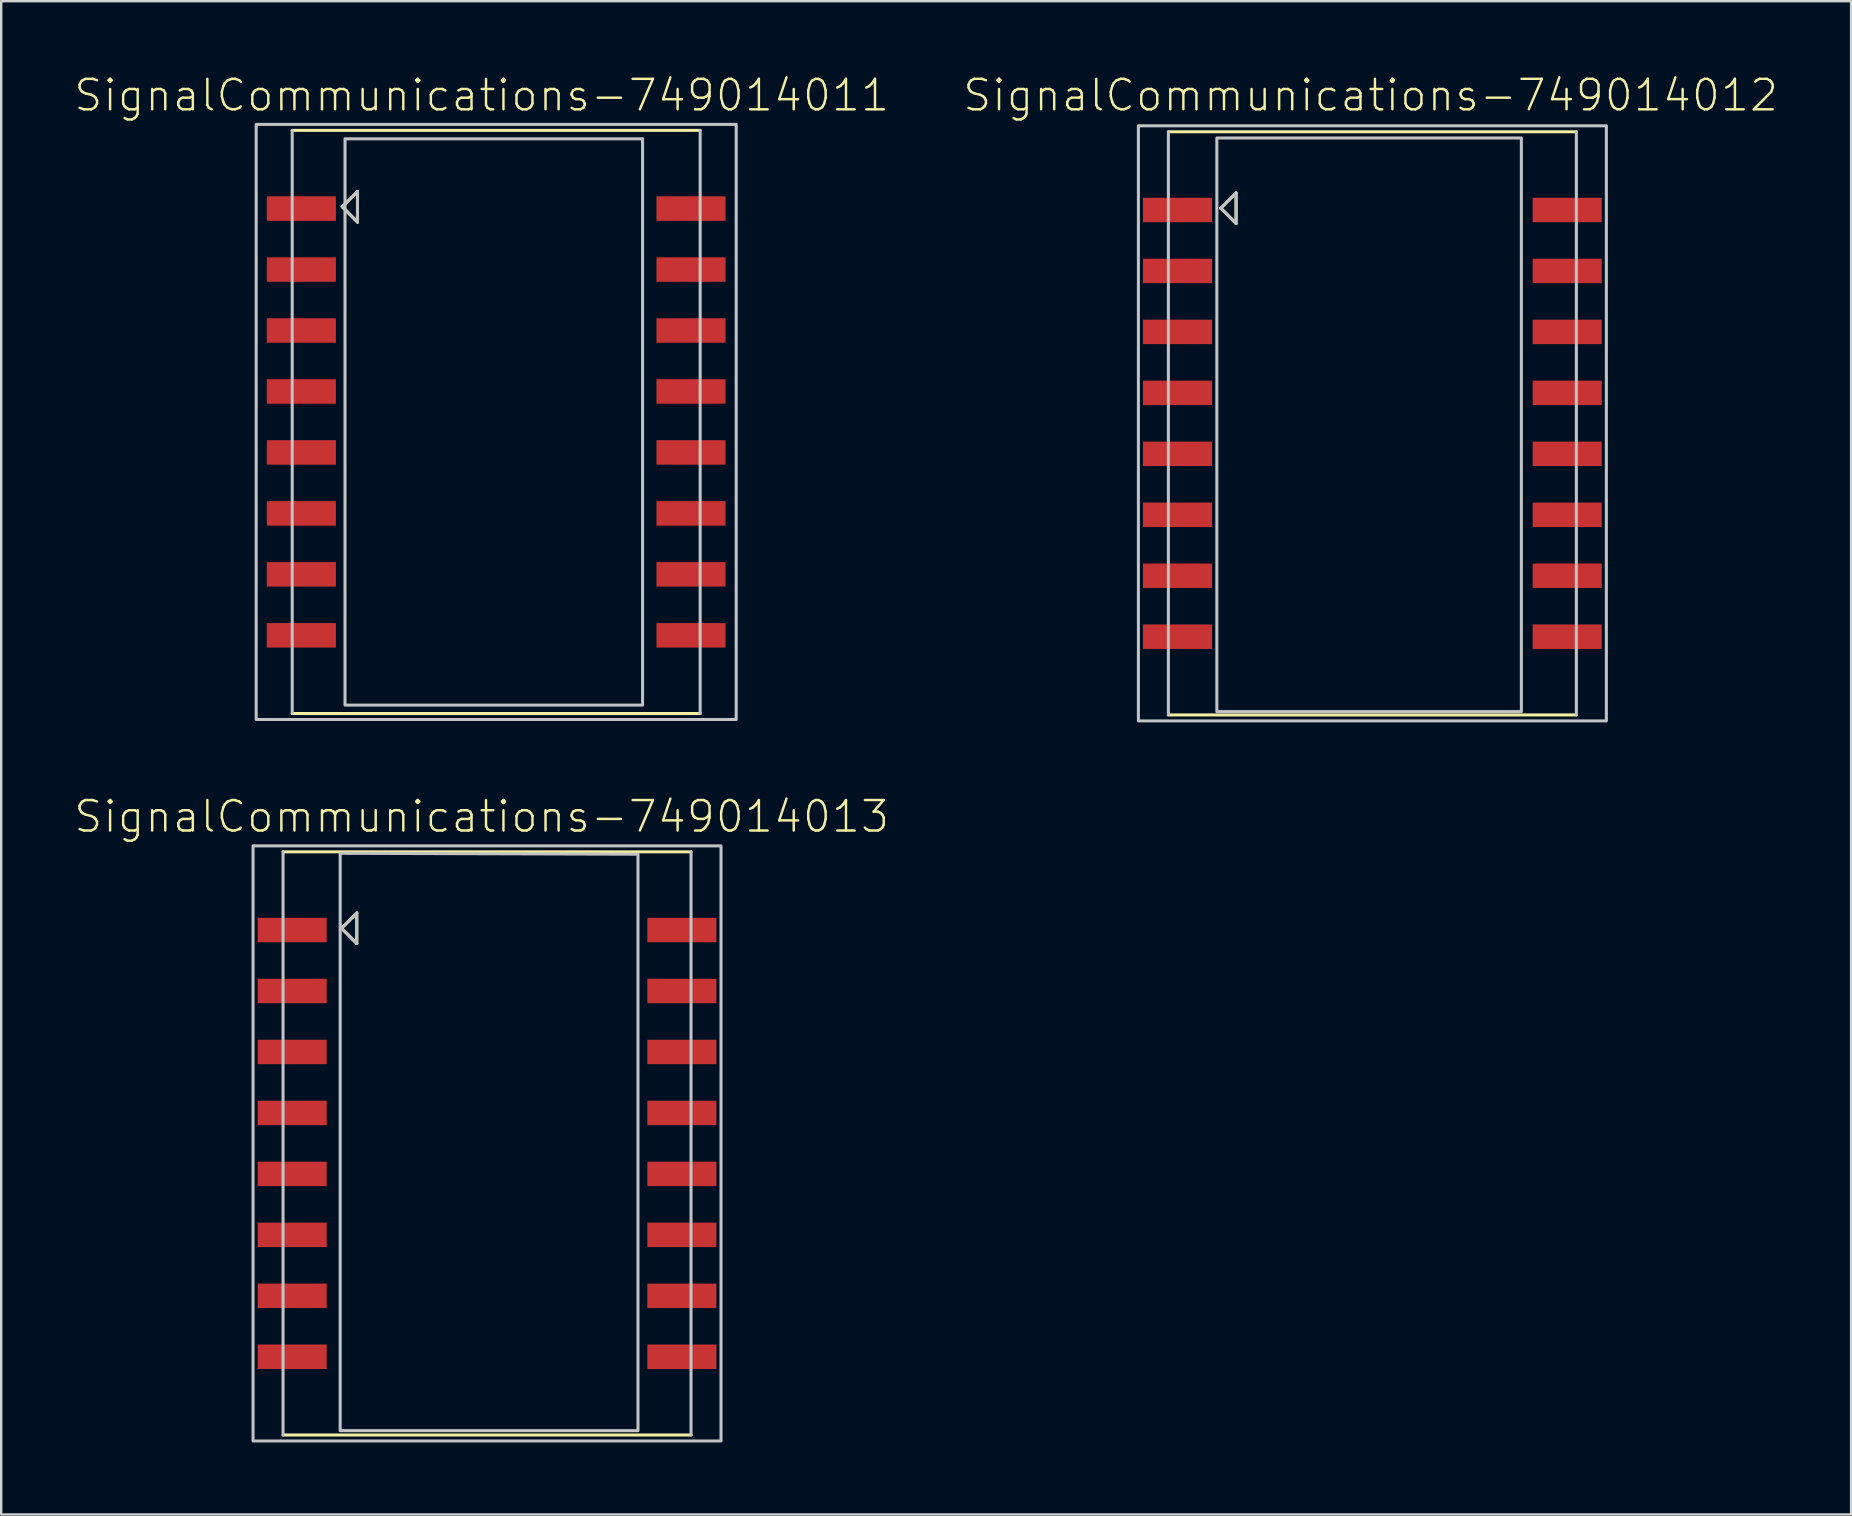
<source format=kicad_pcb>
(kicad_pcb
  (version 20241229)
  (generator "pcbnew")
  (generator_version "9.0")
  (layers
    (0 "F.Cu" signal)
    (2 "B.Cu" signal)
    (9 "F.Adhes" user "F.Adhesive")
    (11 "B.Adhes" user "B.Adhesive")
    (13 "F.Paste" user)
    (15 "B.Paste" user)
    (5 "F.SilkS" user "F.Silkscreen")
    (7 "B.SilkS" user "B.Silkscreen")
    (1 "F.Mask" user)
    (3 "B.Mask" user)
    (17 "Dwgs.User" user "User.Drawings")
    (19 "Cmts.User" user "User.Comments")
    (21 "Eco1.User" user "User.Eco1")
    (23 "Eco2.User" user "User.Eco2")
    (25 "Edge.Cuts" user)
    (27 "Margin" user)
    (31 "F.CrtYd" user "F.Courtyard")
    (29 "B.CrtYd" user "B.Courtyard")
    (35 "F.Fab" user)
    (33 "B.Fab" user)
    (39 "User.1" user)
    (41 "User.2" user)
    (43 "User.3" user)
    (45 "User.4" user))
  (footprint "SignalCommunications-749014011"
    (layer "F.Cu")
    (at 17.624 14.531)
    (property "Reference" "SignalCommunications-749014011" (at -0.605 -13.609 0) (layer "F.SilkS") (effects (font (size 1.27 1.27) (thickness 0.102))))
    (attr smd)
    (fp_line (start -8.499 12.149) (end 8.499 12.149) (stroke (width 0.127) (type solid)) (layer "F.SilkS"))
    (fp_line (start -6.413 -8.964) (end -5.779 -8.329) (stroke (width 0.127) (type solid)) (layer "F.SilkS"))
    (fp_line (start -5.779 -9.599) (end -6.413 -8.964) (stroke (width 0.127) (type solid)) (layer "F.SilkS"))
    (fp_line (start -5.779 -8.329) (end -5.779 -9.599) (stroke (width 0.127) (type solid)) (layer "F.SilkS"))
    (fp_line (start 8.499 -12.149) (end -8.499 -12.149) (stroke (width 0.127) (type solid)) (layer "F.SilkS"))
    (fp_line (start -8.499 -12.149) (end -8.499 12.149) (stroke (width 0.127) (type solid)) (layer "Dwgs.User"))
    (fp_line (start -6.413 -8.964) (end -5.779 -8.329) (stroke (width 0.127) (type solid)) (layer "Dwgs.User"))
    (fp_line (start -5.779 -9.599) (end -6.413 -8.964) (stroke (width 0.127) (type solid)) (layer "Dwgs.User"))
    (fp_line (start -5.779 -8.329) (end -5.779 -9.599) (stroke (width 0.127) (type solid)) (layer "Dwgs.User"))
    (fp_line (start 8.499 12.149) (end 8.499 -12.149) (stroke (width 0.127) (type solid)) (layer "Dwgs.User"))
    (fp_poly (pts (xy -10 -12.398) (xy 10 -12.398) (xy 10 12.398) (xy -10 12.398) (xy -10 -12.398)) (stroke (width 0.127) (type solid)) (fill no) (layer "Dwgs.User"))
    (fp_poly (pts (xy -6.299 -11.798) (xy 6.099 -11.798) (xy 6.099 11.798) (xy -6.299 11.798) (xy -6.299 -11.798)) (stroke (width 0.127) (type solid)) (fill no) (layer "Dwgs.User"))
    (pad "1" smd rect (at -8.118 -8.89) (size 2.878 1.019) (layers "F.Cu" "F.Mask" "F.Paste"))
    (pad "2" smd rect (at -8.118 -6.35) (size 2.878 1.019) (layers "F.Cu" "F.Mask" "F.Paste"))
    (pad "3" smd rect (at -8.118 -3.81) (size 2.878 1.019) (layers "F.Cu" "F.Mask" "F.Paste"))
    (pad "4" smd rect (at -8.118 -1.27) (size 2.878 1.019) (layers "F.Cu" "F.Mask" "F.Paste"))
    (pad "5" smd rect (at -8.118 1.27) (size 2.878 1.019) (layers "F.Cu" "F.Mask" "F.Paste"))
    (pad "6" smd rect (at -8.118 3.81) (size 2.878 1.019) (layers "F.Cu" "F.Mask" "F.Paste"))
    (pad "7" smd rect (at -8.118 6.35) (size 2.878 1.019) (layers "F.Cu" "F.Mask" "F.Paste"))
    (pad "8" smd rect (at -8.118 8.89) (size 2.878 1.019) (layers "F.Cu" "F.Mask" "F.Paste"))
    (pad "9" smd rect (at 8.118 8.89) (size 2.878 1.019) (layers "F.Cu" "F.Mask" "F.Paste"))
    (pad "10" smd rect (at 8.118 6.35) (size 2.878 1.019) (layers "F.Cu" "F.Mask" "F.Paste"))
    (pad "11" smd rect (at 8.118 3.81) (size 2.878 1.019) (layers "F.Cu" "F.Mask" "F.Paste"))
    (pad "12" smd rect (at 8.118 1.27) (size 2.878 1.019) (layers "F.Cu" "F.Mask" "F.Paste"))
    (pad "13" smd rect (at 8.118 -1.27) (size 2.878 1.019) (layers "F.Cu" "F.Mask" "F.Paste"))
    (pad "14" smd rect (at 8.118 -3.81) (size 2.878 1.019) (layers "F.Cu" "F.Mask" "F.Paste"))
    (pad "15" smd rect (at 8.118 -6.35) (size 2.878 1.019) (layers "F.Cu" "F.Mask" "F.Paste"))
    (pad "16" smd rect (at 8.118 -8.89) (size 2.878 1.019) (layers "F.Cu" "F.Mask" "F.Paste")))
  (footprint "SignalCommunications-749014013"
    (layer "F.Cu")
    (at 17.243 44.591)
    (property "Reference" "SignalCommunications-749014013" (at -0.224 -13.619 0) (layer "F.SilkS") (effects (font (size 1.27 1.27) (thickness 0.102))))
    (attr smd)
    (fp_line (start -8.499 12.149) (end 8.499 12.149) (stroke (width 0.127) (type solid)) (layer "F.SilkS"))
    (fp_line (start -6.063 -8.964) (end -5.428 -8.329) (stroke (width 0.127) (type solid)) (layer "F.SilkS"))
    (fp_line (start -5.428 -9.599) (end -6.063 -8.964) (stroke (width 0.127) (type solid)) (layer "F.SilkS"))
    (fp_line (start -5.428 -8.329) (end -5.428 -9.599) (stroke (width 0.127) (type solid)) (layer "F.SilkS"))
    (fp_line (start 8.499 -12.149) (end -8.499 -12.149) (stroke (width 0.127) (type solid)) (layer "F.SilkS"))
    (fp_line (start -8.499 -12.149) (end -8.499 12.149) (stroke (width 0.127) (type solid)) (layer "Dwgs.User"))
    (fp_line (start -6.063 -8.964) (end -5.428 -8.329) (stroke (width 0.127) (type solid)) (layer "Dwgs.User"))
    (fp_line (start -5.428 -9.599) (end -6.063 -8.964) (stroke (width 0.127) (type solid)) (layer "Dwgs.User"))
    (fp_line (start -5.428 -8.329) (end -5.428 -9.599) (stroke (width 0.127) (type solid)) (layer "Dwgs.User"))
    (fp_line (start 8.499 12.149) (end 8.499 -12.149) (stroke (width 0.127) (type solid)) (layer "Dwgs.User"))
    (fp_poly (pts (xy -9.749 -12.398) (xy 9.749 -12.398) (xy 9.749 12.398) (xy -9.749 12.398) (xy -9.749 -12.398)) (stroke (width 0.127) (type solid)) (fill no) (layer "Dwgs.User"))
    (fp_poly (pts (xy 6.289 -12.05) (xy 6.289 11.968) (xy -6.119 11.968) (xy -6.119 -12.088) (xy 6.289 -12.05)) (stroke (width 0.127) (type solid)) (fill no) (layer "Dwgs.User"))
    (pad "1" smd rect (at -8.118 -8.89) (size 2.878 1.019) (layers "F.Cu" "F.Mask" "F.Paste"))
    (pad "2" smd rect (at -8.118 -6.35) (size 2.878 1.019) (layers "F.Cu" "F.Mask" "F.Paste"))
    (pad "3" smd rect (at -8.118 -3.81) (size 2.878 1.019) (layers "F.Cu" "F.Mask" "F.Paste"))
    (pad "4" smd rect (at -8.118 -1.27) (size 2.878 1.019) (layers "F.Cu" "F.Mask" "F.Paste"))
    (pad "5" smd rect (at -8.118 1.27) (size 2.878 1.019) (layers "F.Cu" "F.Mask" "F.Paste"))
    (pad "6" smd rect (at -8.118 3.81) (size 2.878 1.019) (layers "F.Cu" "F.Mask" "F.Paste"))
    (pad "7" smd rect (at -8.118 6.35) (size 2.878 1.019) (layers "F.Cu" "F.Mask" "F.Paste"))
    (pad "8" smd rect (at -8.118 8.89) (size 2.878 1.019) (layers "F.Cu" "F.Mask" "F.Paste"))
    (pad "9" smd rect (at 8.118 8.89) (size 2.878 1.019) (layers "F.Cu" "F.Mask" "F.Paste"))
    (pad "10" smd rect (at 8.118 6.35) (size 2.878 1.019) (layers "F.Cu" "F.Mask" "F.Paste"))
    (pad "11" smd rect (at 8.118 3.81) (size 2.878 1.019) (layers "F.Cu" "F.Mask" "F.Paste"))
    (pad "12" smd rect (at 8.118 1.27) (size 2.878 1.019) (layers "F.Cu" "F.Mask" "F.Paste"))
    (pad "13" smd rect (at 8.118 -1.27) (size 2.878 1.019) (layers "F.Cu" "F.Mask" "F.Paste"))
    (pad "14" smd rect (at 8.118 -3.81) (size 2.878 1.019) (layers "F.Cu" "F.Mask" "F.Paste"))
    (pad "15" smd rect (at 8.118 -6.35) (size 2.878 1.019) (layers "F.Cu" "F.Mask" "F.Paste"))
    (pad "16" smd rect (at 8.118 -8.89) (size 2.878 1.019) (layers "F.Cu" "F.Mask" "F.Paste")))
  (footprint "SignalCommunications-749014012"
    (layer "F.Cu")
    (at 54.131 14.589)
    (property "Reference" "SignalCommunications-749014012" (at -0.074 -13.668 0) (layer "F.SilkS") (effects (font (size 1.27 1.27) (thickness 0.102))))
    (attr smd)
    (fp_line (start -8.499 12.149) (end 8.499 12.149) (stroke (width 0.127) (type solid)) (layer "F.SilkS"))
    (fp_line (start -6.314 -8.964) (end -5.679 -8.329) (stroke (width 0.127) (type solid)) (layer "F.SilkS"))
    (fp_line (start -5.679 -9.599) (end -6.314 -8.964) (stroke (width 0.127) (type solid)) (layer "F.SilkS"))
    (fp_line (start -5.679 -8.329) (end -5.679 -9.599) (stroke (width 0.127) (type solid)) (layer "F.SilkS"))
    (fp_line (start 8.499 -12.149) (end -8.499 -12.149) (stroke (width 0.127) (type solid)) (layer "F.SilkS"))
    (fp_line (start -8.499 -12.149) (end -8.499 12.149) (stroke (width 0.127) (type solid)) (layer "Dwgs.User"))
    (fp_line (start -6.314 -8.964) (end -5.679 -8.329) (stroke (width 0.127) (type solid)) (layer "Dwgs.User"))
    (fp_line (start -5.679 -9.599) (end -6.314 -8.964) (stroke (width 0.127) (type solid)) (layer "Dwgs.User"))
    (fp_line (start -5.679 -8.329) (end -5.679 -9.599) (stroke (width 0.127) (type solid)) (layer "Dwgs.User"))
    (fp_line (start 8.499 12.149) (end 8.499 -12.149) (stroke (width 0.127) (type solid)) (layer "Dwgs.User"))
    (fp_poly (pts (xy -9.749 -12.398) (xy 9.749 -12.398) (xy 9.749 12.398) (xy -9.749 12.398) (xy -9.749 -12.398)) (stroke (width 0.127) (type solid)) (fill no) (layer "Dwgs.User"))
    (fp_poly (pts (xy -6.48 -11.89) (xy 6.208 -11.89) (xy 6.208 12.009) (xy -6.48 12.009) (xy -6.48 -11.89)) (stroke (width 0.127) (type solid)) (fill no) (layer "Dwgs.User"))
    (pad "1" smd rect (at -8.118 -8.89) (size 2.878 1.019) (layers "F.Cu" "F.Mask" "F.Paste"))
    (pad "2" smd rect (at -8.118 -6.35) (size 2.878 1.019) (layers "F.Cu" "F.Mask" "F.Paste"))
    (pad "3" smd rect (at -8.118 -3.81) (size 2.878 1.019) (layers "F.Cu" "F.Mask" "F.Paste"))
    (pad "4" smd rect (at -8.118 -1.27) (size 2.878 1.019) (layers "F.Cu" "F.Mask" "F.Paste"))
    (pad "5" smd rect (at -8.118 1.27) (size 2.878 1.019) (layers "F.Cu" "F.Mask" "F.Paste"))
    (pad "6" smd rect (at -8.118 3.81) (size 2.878 1.019) (layers "F.Cu" "F.Mask" "F.Paste"))
    (pad "7" smd rect (at -8.118 6.35) (size 2.878 1.019) (layers "F.Cu" "F.Mask" "F.Paste"))
    (pad "8" smd rect (at -8.118 8.89) (size 2.878 1.019) (layers "F.Cu" "F.Mask" "F.Paste"))
    (pad "9" smd rect (at 8.118 8.89) (size 2.878 1.019) (layers "F.Cu" "F.Mask" "F.Paste"))
    (pad "10" smd rect (at 8.118 6.35) (size 2.878 1.019) (layers "F.Cu" "F.Mask" "F.Paste"))
    (pad "11" smd rect (at 8.118 3.81) (size 2.878 1.019) (layers "F.Cu" "F.Mask" "F.Paste"))
    (pad "12" smd rect (at 8.118 1.27) (size 2.878 1.019) (layers "F.Cu" "F.Mask" "F.Paste"))
    (pad "13" smd rect (at 8.118 -1.27) (size 2.878 1.019) (layers "F.Cu" "F.Mask" "F.Paste"))
    (pad "14" smd rect (at 8.118 -3.81) (size 2.878 1.019) (layers "F.Cu" "F.Mask" "F.Paste"))
    (pad "15" smd rect (at 8.118 -6.35) (size 2.878 1.019) (layers "F.Cu" "F.Mask" "F.Paste"))
    (pad "16" smd rect (at 8.118 -8.89) (size 2.878 1.019) (layers "F.Cu" "F.Mask" "F.Paste")))
  (gr_rect
    (start -3 -3)
    (end 74.077 60.052)
    (stroke (width 0.1) (type default))
    (fill no)
    (layer "Edge.Cuts")))
</source>
